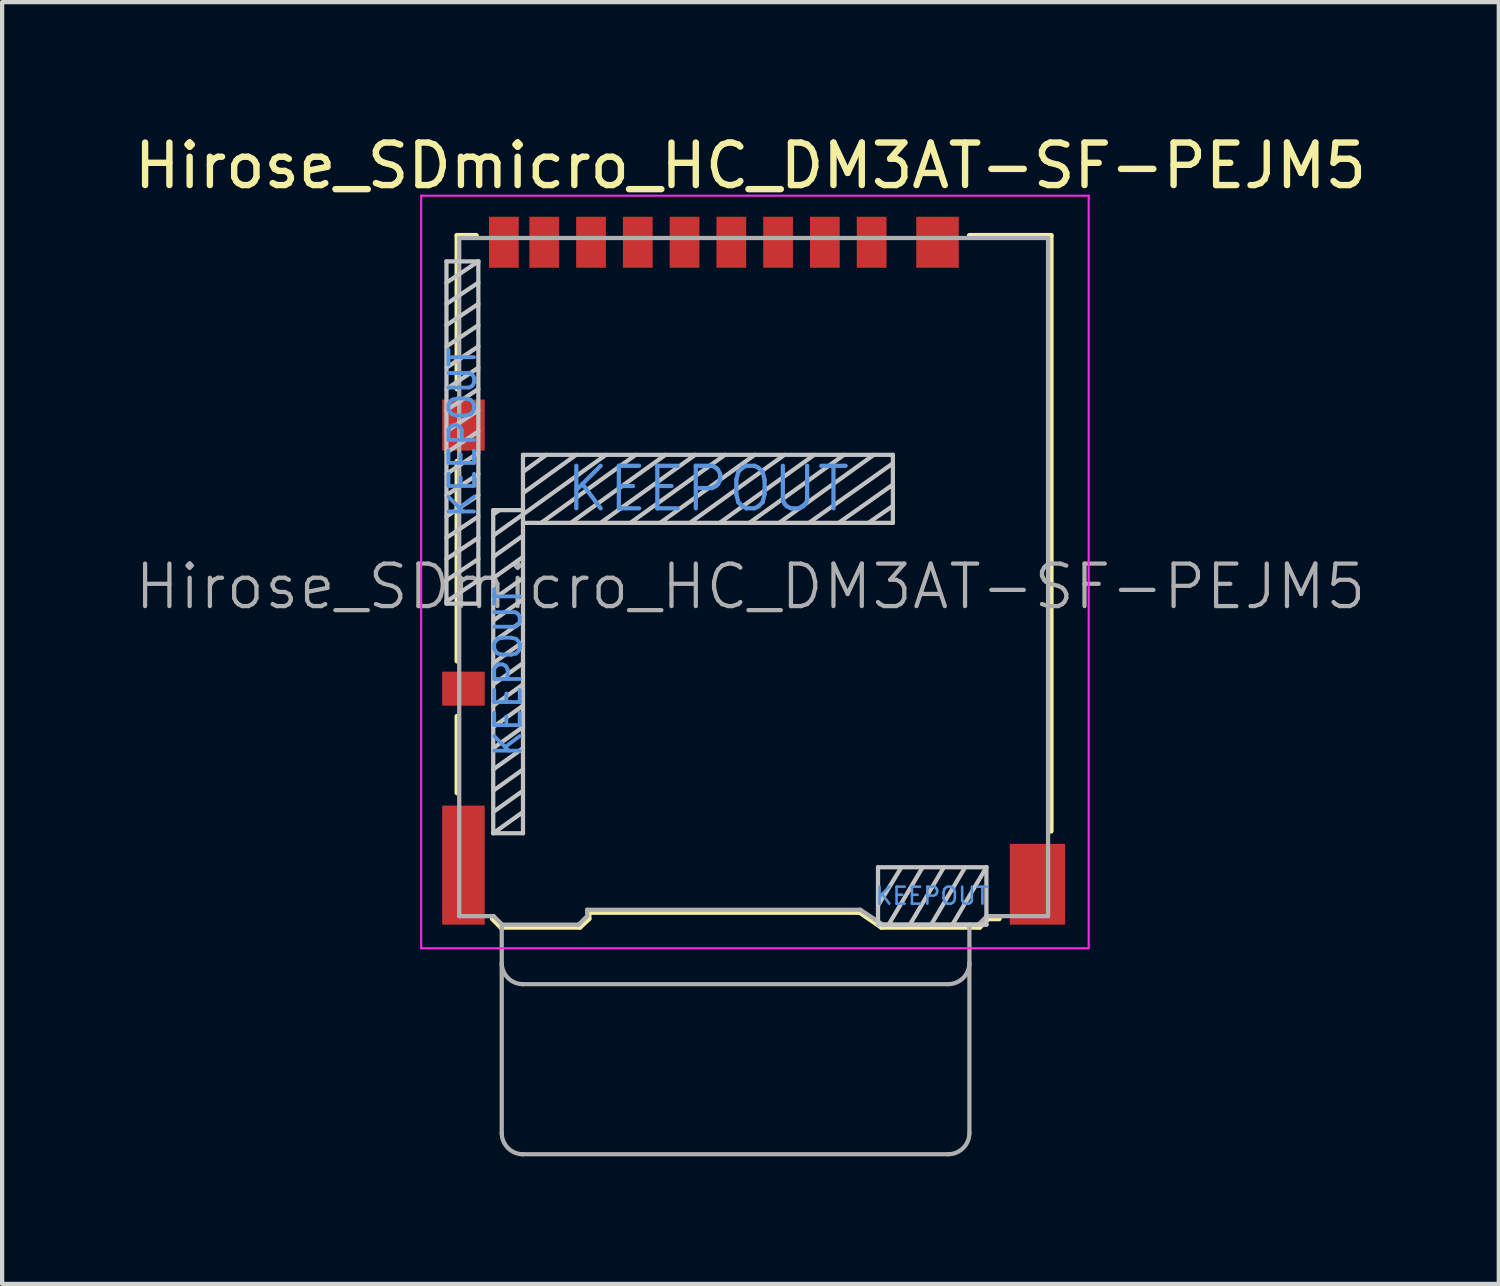
<source format=kicad_pcb>
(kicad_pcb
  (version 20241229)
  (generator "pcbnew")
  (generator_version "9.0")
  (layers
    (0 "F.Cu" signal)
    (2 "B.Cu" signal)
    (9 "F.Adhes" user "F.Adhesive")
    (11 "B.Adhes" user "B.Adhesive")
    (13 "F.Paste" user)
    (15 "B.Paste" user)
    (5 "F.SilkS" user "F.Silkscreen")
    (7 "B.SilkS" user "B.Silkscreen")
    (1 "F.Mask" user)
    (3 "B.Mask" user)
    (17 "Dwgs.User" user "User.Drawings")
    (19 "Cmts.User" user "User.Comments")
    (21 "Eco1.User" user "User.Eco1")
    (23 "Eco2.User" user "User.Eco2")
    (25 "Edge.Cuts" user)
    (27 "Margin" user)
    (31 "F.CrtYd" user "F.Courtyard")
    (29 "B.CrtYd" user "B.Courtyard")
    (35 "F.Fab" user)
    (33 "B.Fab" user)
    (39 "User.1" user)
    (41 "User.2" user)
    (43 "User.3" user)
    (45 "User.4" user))
  (footprint "Hirose_SDmicro_HC_DM3AT-SF-PEJM5"
    (layer "F.Cu")
    (at 14.676 10.373)
    (property "Reference" "Hirose_SDmicro_HC_DM3AT-SF-PEJM5" (at -0.075 -9.525 0) (layer "F.SilkS") (effects (font (size 1 1) (thickness 0.15))))
    (attr smd)
    (fp_line (start -6.975 -7.885) (end -6.975 -4.275) (stroke (width 0.12) (type solid)) (layer "F.SilkS"))
    (fp_line (start -6.975 -2.575) (end -6.975 2.125) (stroke (width 0.12) (type solid)) (layer "F.SilkS"))
    (fp_line (start -6.975 3.425) (end -6.975 5.225) (stroke (width 0.12) (type solid)) (layer "F.SilkS"))
    (fp_line (start -6.525 -7.885) (end -6.975 -7.885) (stroke (width 0.12) (type solid)) (layer "F.SilkS"))
    (fp_line (start -5.945 8.385) (end -6.145 8.185) (stroke (width 0.12) (type solid)) (layer "F.SilkS"))
    (fp_line (start -5.945 8.385) (end -4.085 8.385) (stroke (width 0.12) (type solid)) (layer "F.SilkS"))
    (fp_line (start -4.085 8.385) (end -3.875 8.185) (stroke (width 0.12) (type solid)) (layer "F.SilkS"))
    (fp_line (start -3.875 8.035) (end -3.875 8.185) (stroke (width 0.12) (type solid)) (layer "F.SilkS"))
    (fp_line (start -3.875 8.035) (end 2.495 8.035) (stroke (width 0.12) (type solid)) (layer "F.SilkS"))
    (fp_line (start 3.005 8.385) (end 2.495 8.035) (stroke (width 0.12) (type solid)) (layer "F.SilkS"))
    (fp_line (start 5.075 -7.885) (end 6.995 -7.885) (stroke (width 0.12) (type solid)) (layer "F.SilkS"))
    (fp_line (start 5.315 8.385) (end 3.005 8.385) (stroke (width 0.12) (type solid)) (layer "F.SilkS"))
    (fp_line (start 5.315 8.385) (end 5.515 8.185) (stroke (width 0.12) (type solid)) (layer "F.SilkS"))
    (fp_line (start 5.515 8.185) (end 5.775 8.185) (stroke (width 0.12) (type solid)) (layer "F.SilkS"))
    (fp_line (start 6.995 -7.885) (end 6.995 6.125) (stroke (width 0.12) (type solid)) (layer "F.SilkS"))
    (fp_line (start -7.225 -7.275) (end -6.475 -7.275) (stroke (width 0.1) (type solid)) (layer "Dwgs.User"))
    (fp_line (start -7.225 0.775) (end -7.225 -7.275) (stroke (width 0.1) (type solid)) (layer "Dwgs.User"))
    (fp_line (start -6.475 -7.275) (end -7.225 -6.775) (stroke (width 0.1) (type solid)) (layer "Dwgs.User"))
    (fp_line (start -6.475 -7.275) (end -6.475 0.775) (stroke (width 0.1) (type solid)) (layer "Dwgs.User"))
    (fp_line (start -6.475 -6.775) (end -7.225 -6.275) (stroke (width 0.1) (type solid)) (layer "Dwgs.User"))
    (fp_line (start -6.475 -6.275) (end -7.225 -5.775) (stroke (width 0.1) (type solid)) (layer "Dwgs.User"))
    (fp_line (start -6.475 -5.775) (end -7.225 -5.275) (stroke (width 0.1) (type solid)) (layer "Dwgs.User"))
    (fp_line (start -6.475 -5.275) (end -7.225 -4.775) (stroke (width 0.1) (type solid)) (layer "Dwgs.User"))
    (fp_line (start -6.475 -4.775) (end -7.225 -4.275) (stroke (width 0.1) (type solid)) (layer "Dwgs.User"))
    (fp_line (start -6.475 -4.275) (end -7.225 -3.775) (stroke (width 0.1) (type solid)) (layer "Dwgs.User"))
    (fp_line (start -6.475 -3.775) (end -7.225 -3.275) (stroke (width 0.1) (type solid)) (layer "Dwgs.User"))
    (fp_line (start -6.475 -3.275) (end -7.225 -2.775) (stroke (width 0.1) (type solid)) (layer "Dwgs.User"))
    (fp_line (start -6.475 -2.775) (end -7.225 -2.275) (stroke (width 0.1) (type solid)) (layer "Dwgs.User"))
    (fp_line (start -6.475 -2.275) (end -7.225 -1.775) (stroke (width 0.1) (type solid)) (layer "Dwgs.User"))
    (fp_line (start -6.475 -1.775) (end -7.225 -1.275) (stroke (width 0.1) (type solid)) (layer "Dwgs.User"))
    (fp_line (start -6.475 -1.275) (end -7.225 -0.775) (stroke (width 0.1) (type solid)) (layer "Dwgs.User"))
    (fp_line (start -6.475 -0.775) (end -7.225 -0.275) (stroke (width 0.1) (type solid)) (layer "Dwgs.User"))
    (fp_line (start -6.475 -0.275) (end -7.225 0.225) (stroke (width 0.1) (type solid)) (layer "Dwgs.User"))
    (fp_line (start -6.475 0.225) (end -7.225 0.725) (stroke (width 0.1) (type solid)) (layer "Dwgs.User"))
    (fp_line (start -6.475 0.775) (end -7.225 0.775) (stroke (width 0.1) (type solid)) (layer "Dwgs.User"))
    (fp_line (start -6.125 -1.425) (end -5.425 -1.425) (stroke (width 0.1) (type solid)) (layer "Dwgs.User"))
    (fp_line (start -6.125 -1.325) (end -5.975 -1.425) (stroke (width 0.1) (type solid)) (layer "Dwgs.User"))
    (fp_line (start -6.125 -0.825) (end -5.425 -1.325) (stroke (width 0.1) (type solid)) (layer "Dwgs.User"))
    (fp_line (start -6.125 -0.325) (end -5.425 -0.825) (stroke (width 0.1) (type solid)) (layer "Dwgs.User"))
    (fp_line (start -6.125 0.175) (end -5.425 -0.325) (stroke (width 0.1) (type solid)) (layer "Dwgs.User"))
    (fp_line (start -6.125 0.675) (end -5.425 0.175) (stroke (width 0.1) (type solid)) (layer "Dwgs.User"))
    (fp_line (start -6.125 1.175) (end -5.425 0.675) (stroke (width 0.1) (type solid)) (layer "Dwgs.User"))
    (fp_line (start -6.125 1.675) (end -5.425 1.175) (stroke (width 0.1) (type solid)) (layer "Dwgs.User"))
    (fp_line (start -6.125 2.175) (end -5.425 1.675) (stroke (width 0.1) (type solid)) (layer "Dwgs.User"))
    (fp_line (start -6.125 2.675) (end -5.425 2.175) (stroke (width 0.1) (type solid)) (layer "Dwgs.User"))
    (fp_line (start -6.125 3.175) (end -5.425 2.675) (stroke (width 0.1) (type solid)) (layer "Dwgs.User"))
    (fp_line (start -6.125 3.675) (end -5.425 3.175) (stroke (width 0.1) (type solid)) (layer "Dwgs.User"))
    (fp_line (start -6.125 4.175) (end -5.425 3.675) (stroke (width 0.1) (type solid)) (layer "Dwgs.User"))
    (fp_line (start -6.125 4.675) (end -5.425 4.175) (stroke (width 0.1) (type solid)) (layer "Dwgs.User"))
    (fp_line (start -6.125 5.175) (end -5.425 4.675) (stroke (width 0.1) (type solid)) (layer "Dwgs.User"))
    (fp_line (start -6.125 5.675) (end -5.425 5.175) (stroke (width 0.1) (type solid)) (layer "Dwgs.User"))
    (fp_line (start -6.125 6.175) (end -6.125 -1.425) (stroke (width 0.1) (type solid)) (layer "Dwgs.User"))
    (fp_line (start -6.125 6.175) (end -5.425 5.675) (stroke (width 0.1) (type solid)) (layer "Dwgs.User"))
    (fp_line (start -5.425 -2.725) (end -5.425 6.175) (stroke (width 0.1) (type solid)) (layer "Dwgs.User"))
    (fp_line (start -5.425 -2.725) (end 3.275 -2.725) (stroke (width 0.1) (type solid)) (layer "Dwgs.User"))
    (fp_line (start -5.425 -1.325) (end -3.475 -2.725) (stroke (width 0.1) (type solid)) (layer "Dwgs.User"))
    (fp_line (start -5.425 6.175) (end -6.125 6.175) (stroke (width 0.1) (type solid)) (layer "Dwgs.User"))
    (fp_line (start -4.875 -2.725) (end -5.425 -2.325) (stroke (width 0.1) (type solid)) (layer "Dwgs.User"))
    (fp_line (start -4.175 -2.725) (end -5.425 -1.825) (stroke (width 0.1) (type solid)) (layer "Dwgs.User"))
    (fp_line (start -2.775 -2.725) (end -5 -1.125) (stroke (width 0.1) (type solid)) (layer "Dwgs.User"))
    (fp_line (start -2.075 -2.725) (end -4.3 -1.125) (stroke (width 0.1) (type solid)) (layer "Dwgs.User"))
    (fp_line (start -1.375 -2.725) (end -3.6 -1.125) (stroke (width 0.1) (type solid)) (layer "Dwgs.User"))
    (fp_line (start -0.675 -2.725) (end -2.9 -1.125) (stroke (width 0.1) (type solid)) (layer "Dwgs.User"))
    (fp_line (start 0.025 -2.725) (end -2.2 -1.125) (stroke (width 0.1) (type solid)) (layer "Dwgs.User"))
    (fp_line (start 0.725 -2.725) (end -1.5 -1.125) (stroke (width 0.1) (type solid)) (layer "Dwgs.User"))
    (fp_line (start 1.425 -2.725) (end -0.8 -1.125) (stroke (width 0.1) (type solid)) (layer "Dwgs.User"))
    (fp_line (start 2.125 -2.725) (end -0.1 -1.125) (stroke (width 0.1) (type solid)) (layer "Dwgs.User"))
    (fp_line (start 2.825 -2.725) (end 0.6 -1.125) (stroke (width 0.1) (type solid)) (layer "Dwgs.User"))
    (fp_line (start 2.925 6.975) (end 5.475 6.975) (stroke (width 0.1) (type solid)) (layer "Dwgs.User"))
    (fp_line (start 2.925 8.325) (end 2.925 6.975) (stroke (width 0.1) (type solid)) (layer "Dwgs.User"))
    (fp_line (start 3.275 -2.725) (end 3.275 -1.125) (stroke (width 0.1) (type solid)) (layer "Dwgs.User"))
    (fp_line (start 3.275 -2.525) (end 1.3 -1.125) (stroke (width 0.1) (type solid)) (layer "Dwgs.User"))
    (fp_line (start 3.275 -2.025) (end 2 -1.125) (stroke (width 0.1) (type solid)) (layer "Dwgs.User"))
    (fp_line (start 3.275 -1.525) (end 2.7 -1.125) (stroke (width 0.1) (type solid)) (layer "Dwgs.User"))
    (fp_line (start 3.275 -1.125) (end -5.425 -1.125) (stroke (width 0.1) (type solid)) (layer "Dwgs.User"))
    (fp_line (start 3.475 6.975) (end 2.925 7.875) (stroke (width 0.1) (type solid)) (layer "Dwgs.User"))
    (fp_line (start 3.975 6.975) (end 3.175 8.325) (stroke (width 0.1) (type solid)) (layer "Dwgs.User"))
    (fp_line (start 4.475 6.975) (end 3.675 8.325) (stroke (width 0.1) (type solid)) (layer "Dwgs.User"))
    (fp_line (start 4.975 6.975) (end 4.175 8.325) (stroke (width 0.1) (type solid)) (layer "Dwgs.User"))
    (fp_line (start 5.475 6.975) (end 4.675 8.325) (stroke (width 0.1) (type solid)) (layer "Dwgs.User"))
    (fp_line (start 5.475 6.975) (end 5.475 8.325) (stroke (width 0.1) (type solid)) (layer "Dwgs.User"))
    (fp_line (start 5.475 8.325) (end 2.925 8.325) (stroke (width 0.1) (type solid)) (layer "Dwgs.User"))
    (fp_line (start -7.82 -8.82) (end 7.88 -8.82) (stroke (width 0.05) (type solid)) (layer "F.CrtYd"))
    (fp_line (start -7.82 8.88) (end -7.82 -8.82) (stroke (width 0.05) (type solid)) (layer "F.CrtYd"))
    (fp_line (start 7.88 -8.82) (end 7.88 8.88) (stroke (width 0.05) (type solid)) (layer "F.CrtYd"))
    (fp_line (start 7.88 8.88) (end -7.82 8.88) (stroke (width 0.05) (type solid)) (layer "F.CrtYd"))
    (fp_line (start -6.925 8.125) (end -6.925 -7.825) (stroke (width 0.1) (type solid)) (layer "F.Fab"))
    (fp_line (start -6.115 8.125) (end -6.925 8.125) (stroke (width 0.1) (type solid)) (layer "F.Fab"))
    (fp_line (start -5.925 8.325) (end -5.925 13.225) (stroke (width 0.1) (type solid)) (layer "F.Fab"))
    (fp_line (start -5.915 8.325) (end -6.115 8.125) (stroke (width 0.1) (type solid)) (layer "F.Fab"))
    (fp_line (start -5.425 9.725) (end 4.575 9.725) (stroke (width 0.1) (type solid)) (layer "F.Fab"))
    (fp_line (start -5.425 13.725) (end 4.575 13.725) (stroke (width 0.1) (type solid)) (layer "F.Fab"))
    (fp_line (start -4.115 8.325) (end -5.915 8.325) (stroke (width 0.1) (type solid)) (layer "F.Fab"))
    (fp_line (start -3.915 8.125) (end -4.115 8.325) (stroke (width 0.1) (type solid)) (layer "F.Fab"))
    (fp_line (start -3.915 8.125) (end -3.915 7.975) (stroke (width 0.1) (type solid)) (layer "F.Fab"))
    (fp_line (start 2.51 7.975) (end -3.915 7.975) (stroke (width 0.1) (type solid)) (layer "F.Fab"))
    (fp_line (start 3.035 8.325) (end 2.51 7.975) (stroke (width 0.1) (type solid)) (layer "F.Fab"))
    (fp_line (start 5.075 13.225) (end 5.075 8.325) (stroke (width 0.1) (type solid)) (layer "F.Fab"))
    (fp_line (start 5.285 8.325) (end 3.035 8.325) (stroke (width 0.1) (type solid)) (layer "F.Fab"))
    (fp_line (start 5.285 8.325) (end 5.485 8.125) (stroke (width 0.1) (type solid)) (layer "F.Fab"))
    (fp_line (start 5.485 8.125) (end 6.925 8.125) (stroke (width 0.1) (type solid)) (layer "F.Fab"))
    (fp_line (start 6.925 -7.825) (end -6.925 -7.825) (stroke (width 0.1) (type solid)) (layer "F.Fab"))
    (fp_line (start 6.925 8.125) (end 6.925 -7.825) (stroke (width 0.1) (type solid)) (layer "F.Fab"))
    (fp_arc (start -5.425 9.725) (mid -5.778553 9.578553) (end -5.925 9.225) (stroke (width 0.1) (type solid)) (layer "F.Fab"))
    (fp_arc (start -5.425 13.725) (mid -5.778553 13.578553) (end -5.925 13.225) (stroke (width 0.1) (type solid)) (layer "F.Fab"))
    (fp_arc (start 5.075 9.225) (mid 4.928553 9.578553) (end 4.575 9.725) (stroke (width 0.1) (type solid)) (layer "F.Fab"))
    (fp_arc (start 5.075 13.225) (mid 4.928553 13.578553) (end 4.575 13.725) (stroke (width 0.1) (type solid)) (layer "F.Fab"))
    (fp_text user "KEEPOUT" (at -6.85 -3.25 90) (layer "Cmts.User") (effects (font (size 0.6 0.6) (thickness 0.09))))
    (fp_text user "KEEPOUT" (at 4.2 7.65 0) (layer "Cmts.User") (effects (font (size 0.4 0.4) (thickness 0.06))))
    (fp_text user "KEEPOUT" (at -1.075 -1.925 0) (layer "Cmts.User") (effects (font (size 1 1) (thickness 0.1))))
    (fp_text user "KEEPOUT" (at -5.775 2.375 90) (layer "Cmts.User") (effects (font (size 0.6 0.6) (thickness 0.09))))
    (fp_text user "${REFERENCE}" (at -0.075 0.375 0) (layer "F.Fab") (effects (font (size 1 1) (thickness 0.1))))
    (pad "1" smd rect (at 2.775 -7.725) (size 0.7 1.2) (layers "F.Cu" "F.Mask" "F.Paste"))
    (pad "2" smd rect (at 1.675 -7.725) (size 0.7 1.2) (layers "F.Cu" "F.Mask" "F.Paste"))
    (pad "3" smd rect (at 0.575 -7.725) (size 0.7 1.2) (layers "F.Cu" "F.Mask" "F.Paste"))
    (pad "4" smd rect (at -0.525 -7.725) (size 0.7 1.2) (layers "F.Cu" "F.Mask" "F.Paste"))
    (pad "5" smd rect (at -1.625 -7.725) (size 0.7 1.2) (layers "F.Cu" "F.Mask" "F.Paste"))
    (pad "6" smd rect (at -2.725 -7.725) (size 0.7 1.2) (layers "F.Cu" "F.Mask" "F.Paste"))
    (pad "7" smd rect (at -3.825 -7.725) (size 0.7 1.2) (layers "F.Cu" "F.Mask" "F.Paste"))
    (pad "8" smd rect (at -4.925 -7.725) (size 0.7 1.2) (layers "F.Cu" "F.Mask" "F.Paste"))
    (pad "9" smd rect (at -5.875 -7.725) (size 0.7 1.2) (layers "F.Cu" "F.Mask" "F.Paste"))
    (pad "10" smd rect (at -6.825 2.775) (size 1 0.8) (layers "F.Cu" "F.Mask" "F.Paste"))
    (pad "11" smd rect (at -6.825 -3.425) (size 1 1.2) (layers "F.Cu" "F.Mask" "F.Paste"))
    (pad "11" smd rect (at -6.825 6.925) (size 1 2.8) (layers "F.Cu" "F.Mask" "F.Paste"))
    (pad "11" smd rect (at 4.325 -7.725) (size 1 1.2) (layers "F.Cu" "F.Mask" "F.Paste"))
    (pad "11" smd rect (at 6.675 7.375) (size 1.3 1.9) (layers "F.Cu" "F.Mask" "F.Paste")))
  (gr_rect
    (start -3 -3)
    (end 32.202 27.148)
    (stroke (width 0.1) (type default))
    (fill no)
    (layer "Edge.Cuts")))
</source>
